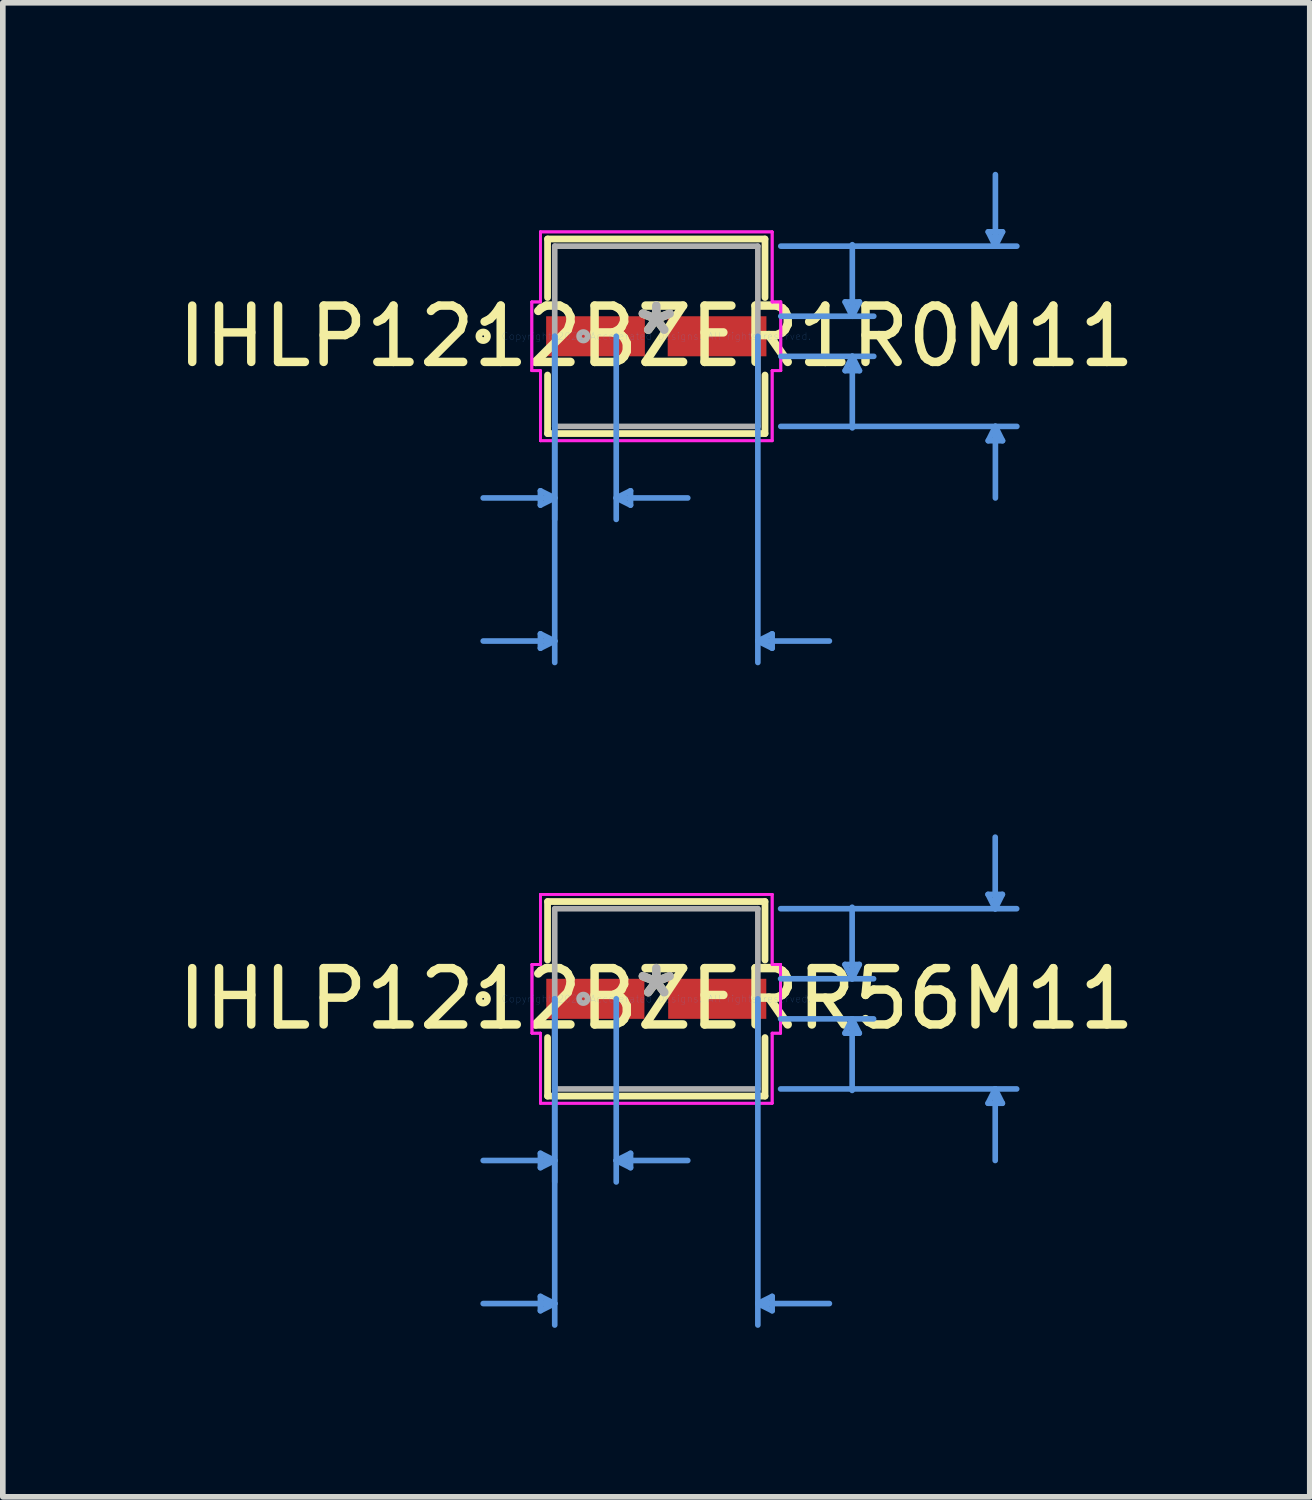
<source format=kicad_pcb>
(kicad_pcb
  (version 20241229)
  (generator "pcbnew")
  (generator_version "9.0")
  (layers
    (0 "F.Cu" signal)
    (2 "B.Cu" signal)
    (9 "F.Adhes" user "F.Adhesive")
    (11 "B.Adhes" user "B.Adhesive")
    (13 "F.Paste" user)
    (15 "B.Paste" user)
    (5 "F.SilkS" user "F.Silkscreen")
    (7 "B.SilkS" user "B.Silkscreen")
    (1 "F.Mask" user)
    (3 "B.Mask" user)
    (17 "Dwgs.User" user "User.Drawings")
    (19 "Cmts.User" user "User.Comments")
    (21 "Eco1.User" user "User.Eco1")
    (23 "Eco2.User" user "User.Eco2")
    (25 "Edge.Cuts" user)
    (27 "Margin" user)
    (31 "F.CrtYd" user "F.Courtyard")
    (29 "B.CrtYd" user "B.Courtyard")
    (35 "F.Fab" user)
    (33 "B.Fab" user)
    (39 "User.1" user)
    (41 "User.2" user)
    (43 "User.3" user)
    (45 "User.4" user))
  (footprint "IHLP1212BZER1R0M11"
    (layer "F.Cu")
    (at 8.601 2.92)
    (property "Reference" "IHLP1212BZER1R0M11" (at 0 0 0) (layer "F.SilkS") (effects (font (size 1 1) (thickness 0.15))))
    (attr through_hole)
    (fp_line (start -1.93 -1.727) (end -1.93 -0.688) (stroke (width 0.12) (type solid)) (layer "F.SilkS"))
    (fp_line (start -1.93 0.688) (end -1.93 1.727) (stroke (width 0.12) (type solid)) (layer "F.SilkS"))
    (fp_line (start -1.93 1.727) (end 1.93 1.727) (stroke (width 0.12) (type solid)) (layer "F.SilkS"))
    (fp_line (start 1.93 -1.727) (end -1.93 -1.727) (stroke (width 0.12) (type solid)) (layer "F.SilkS"))
    (fp_line (start 1.93 -0.688) (end 1.93 -1.727) (stroke (width 0.12) (type solid)) (layer "F.SilkS"))
    (fp_line (start 1.93 1.727) (end 1.93 0.688) (stroke (width 0.12) (type solid)) (layer "F.SilkS"))
    (fp_circle (center -3.073 0) (end -2.997 0) (stroke (width 0.12) (type solid)) (fill no) (layer "F.SilkS"))
    (fp_line (start -2.057 2.743) (end -2.057 2.997) (stroke (width 0.1) (type solid)) (layer "Cmts.User"))
    (fp_line (start -2.057 5.283) (end -2.057 5.537) (stroke (width 0.1) (type solid)) (layer "Cmts.User"))
    (fp_line (start -1.803 0) (end -1.803 3.251) (stroke (width 0.1) (type solid)) (layer "Cmts.User"))
    (fp_line (start -1.803 0) (end -1.803 5.791) (stroke (width 0.1) (type solid)) (layer "Cmts.User"))
    (fp_line (start -1.803 2.87) (end -3.073 2.87) (stroke (width 0.1) (type solid)) (layer "Cmts.User"))
    (fp_line (start -1.803 2.87) (end -2.057 2.743) (stroke (width 0.1) (type solid)) (layer "Cmts.User"))
    (fp_line (start -1.803 2.87) (end -2.057 2.997) (stroke (width 0.1) (type solid)) (layer "Cmts.User"))
    (fp_line (start -1.803 5.41) (end -3.073 5.41) (stroke (width 0.1) (type solid)) (layer "Cmts.User"))
    (fp_line (start -1.803 5.41) (end -2.057 5.283) (stroke (width 0.1) (type solid)) (layer "Cmts.User"))
    (fp_line (start -1.803 5.41) (end -2.057 5.537) (stroke (width 0.1) (type solid)) (layer "Cmts.User"))
    (fp_line (start -0.711 0) (end -0.711 3.251) (stroke (width 0.1) (type solid)) (layer "Cmts.User"))
    (fp_line (start -0.711 2.87) (end -0.457 2.743) (stroke (width 0.1) (type solid)) (layer "Cmts.User"))
    (fp_line (start -0.711 2.87) (end -0.457 2.997) (stroke (width 0.1) (type solid)) (layer "Cmts.User"))
    (fp_line (start -0.711 2.87) (end 0.559 2.87) (stroke (width 0.1) (type solid)) (layer "Cmts.User"))
    (fp_line (start -0.457 2.743) (end -0.457 2.997) (stroke (width 0.1) (type solid)) (layer "Cmts.User"))
    (fp_line (start 1.803 0) (end 1.803 5.791) (stroke (width 0.1) (type solid)) (layer "Cmts.User"))
    (fp_line (start 1.803 5.41) (end 2.057 5.283) (stroke (width 0.1) (type solid)) (layer "Cmts.User"))
    (fp_line (start 1.803 5.41) (end 2.057 5.537) (stroke (width 0.1) (type solid)) (layer "Cmts.User"))
    (fp_line (start 1.803 5.41) (end 3.073 5.41) (stroke (width 0.1) (type solid)) (layer "Cmts.User"))
    (fp_line (start 2.057 5.283) (end 2.057 5.537) (stroke (width 0.1) (type solid)) (layer "Cmts.User"))
    (fp_line (start 2.21 -1.6) (end 6.401 -1.6) (stroke (width 0.1) (type solid)) (layer "Cmts.User"))
    (fp_line (start 2.21 -0.356) (end 3.861 -0.356) (stroke (width 0.1) (type solid)) (layer "Cmts.User"))
    (fp_line (start 2.21 0.356) (end 3.861 0.356) (stroke (width 0.1) (type solid)) (layer "Cmts.User"))
    (fp_line (start 2.21 1.6) (end 6.401 1.6) (stroke (width 0.1) (type solid)) (layer "Cmts.User"))
    (fp_line (start 3.353 -0.61) (end 3.607 -0.61) (stroke (width 0.1) (type solid)) (layer "Cmts.User"))
    (fp_line (start 3.353 0.61) (end 3.607 0.61) (stroke (width 0.1) (type solid)) (layer "Cmts.User"))
    (fp_line (start 3.48 -0.356) (end 3.353 -0.61) (stroke (width 0.1) (type solid)) (layer "Cmts.User"))
    (fp_line (start 3.48 -0.356) (end 3.48 -1.626) (stroke (width 0.1) (type solid)) (layer "Cmts.User"))
    (fp_line (start 3.48 -0.356) (end 3.607 -0.61) (stroke (width 0.1) (type solid)) (layer "Cmts.User"))
    (fp_line (start 3.48 0.356) (end 3.353 0.61) (stroke (width 0.1) (type solid)) (layer "Cmts.User"))
    (fp_line (start 3.48 0.356) (end 3.48 1.626) (stroke (width 0.1) (type solid)) (layer "Cmts.User"))
    (fp_line (start 3.48 0.356) (end 3.607 0.61) (stroke (width 0.1) (type solid)) (layer "Cmts.User"))
    (fp_line (start 5.893 -1.854) (end 6.147 -1.854) (stroke (width 0.1) (type solid)) (layer "Cmts.User"))
    (fp_line (start 5.893 1.854) (end 6.147 1.854) (stroke (width 0.1) (type solid)) (layer "Cmts.User"))
    (fp_line (start 6.02 -1.6) (end 5.893 -1.854) (stroke (width 0.1) (type solid)) (layer "Cmts.User"))
    (fp_line (start 6.02 -1.6) (end 6.02 -2.87) (stroke (width 0.1) (type solid)) (layer "Cmts.User"))
    (fp_line (start 6.02 -1.6) (end 6.147 -1.854) (stroke (width 0.1) (type solid)) (layer "Cmts.User"))
    (fp_line (start 6.02 1.6) (end 5.893 1.854) (stroke (width 0.1) (type solid)) (layer "Cmts.User"))
    (fp_line (start 6.02 1.6) (end 6.02 2.87) (stroke (width 0.1) (type solid)) (layer "Cmts.User"))
    (fp_line (start 6.02 1.6) (end 6.147 1.854) (stroke (width 0.1) (type solid)) (layer "Cmts.User"))
    (fp_line (start -2.21 -0.61) (end -2.057 -0.61) (stroke (width 0.05) (type solid)) (layer "F.CrtYd"))
    (fp_line (start -2.21 -0.61) (end -2.057 -0.61) (stroke (width 0.05) (type solid)) (layer "F.CrtYd"))
    (fp_line (start -2.21 0.61) (end -2.21 -0.61) (stroke (width 0.05) (type solid)) (layer "F.CrtYd"))
    (fp_line (start -2.21 0.61) (end -2.21 -0.61) (stroke (width 0.05) (type solid)) (layer "F.CrtYd"))
    (fp_line (start -2.057 -1.854) (end 2.057 -1.854) (stroke (width 0.05) (type solid)) (layer "F.CrtYd"))
    (fp_line (start -2.057 -1.854) (end 2.057 -1.854) (stroke (width 0.05) (type solid)) (layer "F.CrtYd"))
    (fp_line (start -2.057 -0.61) (end -2.057 -1.854) (stroke (width 0.05) (type solid)) (layer "F.CrtYd"))
    (fp_line (start -2.057 -0.61) (end -2.057 -1.854) (stroke (width 0.05) (type solid)) (layer "F.CrtYd"))
    (fp_line (start -2.057 0.61) (end -2.21 0.61) (stroke (width 0.05) (type solid)) (layer "F.CrtYd"))
    (fp_line (start -2.057 0.61) (end -2.21 0.61) (stroke (width 0.05) (type solid)) (layer "F.CrtYd"))
    (fp_line (start -2.057 1.854) (end -2.057 0.61) (stroke (width 0.05) (type solid)) (layer "F.CrtYd"))
    (fp_line (start -2.057 1.854) (end -2.057 0.61) (stroke (width 0.05) (type solid)) (layer "F.CrtYd"))
    (fp_line (start 2.057 -1.854) (end 2.057 -0.61) (stroke (width 0.05) (type solid)) (layer "F.CrtYd"))
    (fp_line (start 2.057 -1.854) (end 2.057 -0.61) (stroke (width 0.05) (type solid)) (layer "F.CrtYd"))
    (fp_line (start 2.057 -0.61) (end 2.21 -0.61) (stroke (width 0.05) (type solid)) (layer "F.CrtYd"))
    (fp_line (start 2.057 -0.61) (end 2.21 -0.61) (stroke (width 0.05) (type solid)) (layer "F.CrtYd"))
    (fp_line (start 2.057 0.61) (end 2.057 1.854) (stroke (width 0.05) (type solid)) (layer "F.CrtYd"))
    (fp_line (start 2.057 0.61) (end 2.057 1.854) (stroke (width 0.05) (type solid)) (layer "F.CrtYd"))
    (fp_line (start 2.057 1.854) (end -2.057 1.854) (stroke (width 0.05) (type solid)) (layer "F.CrtYd"))
    (fp_line (start 2.057 1.854) (end -2.057 1.854) (stroke (width 0.05) (type solid)) (layer "F.CrtYd"))
    (fp_line (start 2.21 -0.61) (end 2.21 0.61) (stroke (width 0.05) (type solid)) (layer "F.CrtYd"))
    (fp_line (start 2.21 -0.61) (end 2.21 0.61) (stroke (width 0.05) (type solid)) (layer "F.CrtYd"))
    (fp_line (start 2.21 0.61) (end 2.057 0.61) (stroke (width 0.05) (type solid)) (layer "F.CrtYd"))
    (fp_line (start 2.21 0.61) (end 2.057 0.61) (stroke (width 0.05) (type solid)) (layer "F.CrtYd"))
    (fp_line (start -1.803 -1.6) (end -1.803 1.6) (stroke (width 0.1) (type solid)) (layer "F.Fab"))
    (fp_line (start -1.803 1.6) (end 1.803 1.6) (stroke (width 0.1) (type solid)) (layer "F.Fab"))
    (fp_line (start 1.803 -1.6) (end -1.803 -1.6) (stroke (width 0.1) (type solid)) (layer "F.Fab"))
    (fp_line (start 1.803 1.6) (end 1.803 -1.6) (stroke (width 0.1) (type solid)) (layer "F.Fab"))
    (fp_circle (center -1.295 0) (end -1.219 0) (stroke (width 0.1) (type solid)) (fill no) (layer "F.Fab"))
    (fp_text user "*" (at 0 0 0) (layer "F.SilkS") (effects (font (size 1 1) (thickness 0.15))))
    (fp_text user "Copyright 2021 Accelerated Designs. All rights reserved." (at 0 0 0) (layer "Cmts.User") (effects (font (size 0.127 0.127) (thickness 0.002))))
    (fp_text user "*" (at 0 0 0) (layer "F.Fab") (effects (font (size 1 1) (thickness 0.15))))
    (pad "1" smd rect (at -1.079 0 90) (size 0.711 1.753) (layers "F.Cu" "F.Mask" "F.Paste"))
    (pad "2" smd rect (at 1.079 0 90) (size 0.711 1.753) (layers "F.Cu" "F.Mask" "F.Paste")))
  (footprint "IHLP1212BZERR56M11"
    (layer "F.Cu")
    (at 8.601 14.682)
    (property "Reference" "IHLP1212BZERR56M11" (at 0 0 0) (layer "F.SilkS") (effects (font (size 1 1) (thickness 0.15))))
    (attr through_hole)
    (fp_line (start -1.93 -1.727) (end -1.93 -0.688) (stroke (width 0.12) (type solid)) (layer "F.SilkS"))
    (fp_line (start -1.93 0.688) (end -1.93 1.727) (stroke (width 0.12) (type solid)) (layer "F.SilkS"))
    (fp_line (start -1.93 1.727) (end 1.93 1.727) (stroke (width 0.12) (type solid)) (layer "F.SilkS"))
    (fp_line (start 1.93 -1.727) (end -1.93 -1.727) (stroke (width 0.12) (type solid)) (layer "F.SilkS"))
    (fp_line (start 1.93 -0.688) (end 1.93 -1.727) (stroke (width 0.12) (type solid)) (layer "F.SilkS"))
    (fp_line (start 1.93 1.727) (end 1.93 0.688) (stroke (width 0.12) (type solid)) (layer "F.SilkS"))
    (fp_circle (center -3.073 0) (end -2.997 0) (stroke (width 0.12) (type solid)) (fill no) (layer "F.SilkS"))
    (fp_line (start -2.057 2.743) (end -2.057 2.997) (stroke (width 0.1) (type solid)) (layer "Cmts.User"))
    (fp_line (start -2.057 5.283) (end -2.057 5.537) (stroke (width 0.1) (type solid)) (layer "Cmts.User"))
    (fp_line (start -1.803 0) (end -1.803 3.251) (stroke (width 0.1) (type solid)) (layer "Cmts.User"))
    (fp_line (start -1.803 0) (end -1.803 5.791) (stroke (width 0.1) (type solid)) (layer "Cmts.User"))
    (fp_line (start -1.803 2.87) (end -3.073 2.87) (stroke (width 0.1) (type solid)) (layer "Cmts.User"))
    (fp_line (start -1.803 2.87) (end -2.057 2.743) (stroke (width 0.1) (type solid)) (layer "Cmts.User"))
    (fp_line (start -1.803 2.87) (end -2.057 2.997) (stroke (width 0.1) (type solid)) (layer "Cmts.User"))
    (fp_line (start -1.803 5.41) (end -3.073 5.41) (stroke (width 0.1) (type solid)) (layer "Cmts.User"))
    (fp_line (start -1.803 5.41) (end -2.057 5.283) (stroke (width 0.1) (type solid)) (layer "Cmts.User"))
    (fp_line (start -1.803 5.41) (end -2.057 5.537) (stroke (width 0.1) (type solid)) (layer "Cmts.User"))
    (fp_line (start -0.711 0) (end -0.711 3.251) (stroke (width 0.1) (type solid)) (layer "Cmts.User"))
    (fp_line (start -0.711 2.87) (end -0.457 2.743) (stroke (width 0.1) (type solid)) (layer "Cmts.User"))
    (fp_line (start -0.711 2.87) (end -0.457 2.997) (stroke (width 0.1) (type solid)) (layer "Cmts.User"))
    (fp_line (start -0.711 2.87) (end 0.559 2.87) (stroke (width 0.1) (type solid)) (layer "Cmts.User"))
    (fp_line (start -0.457 2.743) (end -0.457 2.997) (stroke (width 0.1) (type solid)) (layer "Cmts.User"))
    (fp_line (start 1.803 0) (end 1.803 5.791) (stroke (width 0.1) (type solid)) (layer "Cmts.User"))
    (fp_line (start 1.803 5.41) (end 2.057 5.283) (stroke (width 0.1) (type solid)) (layer "Cmts.User"))
    (fp_line (start 1.803 5.41) (end 2.057 5.537) (stroke (width 0.1) (type solid)) (layer "Cmts.User"))
    (fp_line (start 1.803 5.41) (end 3.073 5.41) (stroke (width 0.1) (type solid)) (layer "Cmts.User"))
    (fp_line (start 2.057 5.283) (end 2.057 5.537) (stroke (width 0.1) (type solid)) (layer "Cmts.User"))
    (fp_line (start 2.207 -1.6) (end 6.398 -1.6) (stroke (width 0.1) (type solid)) (layer "Cmts.User"))
    (fp_line (start 2.207 -0.356) (end 3.858 -0.356) (stroke (width 0.1) (type solid)) (layer "Cmts.User"))
    (fp_line (start 2.207 0.356) (end 3.858 0.356) (stroke (width 0.1) (type solid)) (layer "Cmts.User"))
    (fp_line (start 2.207 1.6) (end 6.398 1.6) (stroke (width 0.1) (type solid)) (layer "Cmts.User"))
    (fp_line (start 3.35 -0.61) (end 3.604 -0.61) (stroke (width 0.1) (type solid)) (layer "Cmts.User"))
    (fp_line (start 3.35 0.61) (end 3.604 0.61) (stroke (width 0.1) (type solid)) (layer "Cmts.User"))
    (fp_line (start 3.477 -0.356) (end 3.35 -0.61) (stroke (width 0.1) (type solid)) (layer "Cmts.User"))
    (fp_line (start 3.477 -0.356) (end 3.477 -1.626) (stroke (width 0.1) (type solid)) (layer "Cmts.User"))
    (fp_line (start 3.477 -0.356) (end 3.604 -0.61) (stroke (width 0.1) (type solid)) (layer "Cmts.User"))
    (fp_line (start 3.477 0.356) (end 3.35 0.61) (stroke (width 0.1) (type solid)) (layer "Cmts.User"))
    (fp_line (start 3.477 0.356) (end 3.477 1.626) (stroke (width 0.1) (type solid)) (layer "Cmts.User"))
    (fp_line (start 3.477 0.356) (end 3.604 0.61) (stroke (width 0.1) (type solid)) (layer "Cmts.User"))
    (fp_line (start 5.89 -1.854) (end 6.144 -1.854) (stroke (width 0.1) (type solid)) (layer "Cmts.User"))
    (fp_line (start 5.89 1.854) (end 6.144 1.854) (stroke (width 0.1) (type solid)) (layer "Cmts.User"))
    (fp_line (start 6.017 -1.6) (end 5.89 -1.854) (stroke (width 0.1) (type solid)) (layer "Cmts.User"))
    (fp_line (start 6.017 -1.6) (end 6.017 -2.87) (stroke (width 0.1) (type solid)) (layer "Cmts.User"))
    (fp_line (start 6.017 -1.6) (end 6.144 -1.854) (stroke (width 0.1) (type solid)) (layer "Cmts.User"))
    (fp_line (start 6.017 1.6) (end 5.89 1.854) (stroke (width 0.1) (type solid)) (layer "Cmts.User"))
    (fp_line (start 6.017 1.6) (end 6.017 2.87) (stroke (width 0.1) (type solid)) (layer "Cmts.User"))
    (fp_line (start 6.017 1.6) (end 6.144 1.854) (stroke (width 0.1) (type solid)) (layer "Cmts.User"))
    (fp_line (start -2.207 -0.61) (end -2.057 -0.61) (stroke (width 0.05) (type solid)) (layer "F.CrtYd"))
    (fp_line (start -2.207 -0.61) (end -2.057 -0.61) (stroke (width 0.05) (type solid)) (layer "F.CrtYd"))
    (fp_line (start -2.207 0.61) (end -2.207 -0.61) (stroke (width 0.05) (type solid)) (layer "F.CrtYd"))
    (fp_line (start -2.207 0.61) (end -2.207 -0.61) (stroke (width 0.05) (type solid)) (layer "F.CrtYd"))
    (fp_line (start -2.057 -1.854) (end 2.057 -1.854) (stroke (width 0.05) (type solid)) (layer "F.CrtYd"))
    (fp_line (start -2.057 -1.854) (end 2.057 -1.854) (stroke (width 0.05) (type solid)) (layer "F.CrtYd"))
    (fp_line (start -2.057 -0.61) (end -2.057 -1.854) (stroke (width 0.05) (type solid)) (layer "F.CrtYd"))
    (fp_line (start -2.057 -0.61) (end -2.057 -1.854) (stroke (width 0.05) (type solid)) (layer "F.CrtYd"))
    (fp_line (start -2.057 0.61) (end -2.207 0.61) (stroke (width 0.05) (type solid)) (layer "F.CrtYd"))
    (fp_line (start -2.057 0.61) (end -2.207 0.61) (stroke (width 0.05) (type solid)) (layer "F.CrtYd"))
    (fp_line (start -2.057 1.854) (end -2.057 0.61) (stroke (width 0.05) (type solid)) (layer "F.CrtYd"))
    (fp_line (start -2.057 1.854) (end -2.057 0.61) (stroke (width 0.05) (type solid)) (layer "F.CrtYd"))
    (fp_line (start 2.057 -1.854) (end 2.057 -0.61) (stroke (width 0.05) (type solid)) (layer "F.CrtYd"))
    (fp_line (start 2.057 -1.854) (end 2.057 -0.61) (stroke (width 0.05) (type solid)) (layer "F.CrtYd"))
    (fp_line (start 2.057 -0.61) (end 2.207 -0.61) (stroke (width 0.05) (type solid)) (layer "F.CrtYd"))
    (fp_line (start 2.057 -0.61) (end 2.207 -0.61) (stroke (width 0.05) (type solid)) (layer "F.CrtYd"))
    (fp_line (start 2.057 0.61) (end 2.057 1.854) (stroke (width 0.05) (type solid)) (layer "F.CrtYd"))
    (fp_line (start 2.057 0.61) (end 2.057 1.854) (stroke (width 0.05) (type solid)) (layer "F.CrtYd"))
    (fp_line (start 2.057 1.854) (end -2.057 1.854) (stroke (width 0.05) (type solid)) (layer "F.CrtYd"))
    (fp_line (start 2.057 1.854) (end -2.057 1.854) (stroke (width 0.05) (type solid)) (layer "F.CrtYd"))
    (fp_line (start 2.207 -0.61) (end 2.207 0.61) (stroke (width 0.05) (type solid)) (layer "F.CrtYd"))
    (fp_line (start 2.207 -0.61) (end 2.207 0.61) (stroke (width 0.05) (type solid)) (layer "F.CrtYd"))
    (fp_line (start 2.207 0.61) (end 2.057 0.61) (stroke (width 0.05) (type solid)) (layer "F.CrtYd"))
    (fp_line (start 2.207 0.61) (end 2.057 0.61) (stroke (width 0.05) (type solid)) (layer "F.CrtYd"))
    (fp_line (start -1.803 -1.6) (end -1.803 1.6) (stroke (width 0.1) (type solid)) (layer "F.Fab"))
    (fp_line (start -1.803 1.6) (end 1.803 1.6) (stroke (width 0.1) (type solid)) (layer "F.Fab"))
    (fp_line (start 1.803 -1.6) (end -1.803 -1.6) (stroke (width 0.1) (type solid)) (layer "F.Fab"))
    (fp_line (start 1.803 1.6) (end 1.803 -1.6) (stroke (width 0.1) (type solid)) (layer "F.Fab"))
    (fp_circle (center -1.295 0) (end -1.219 0) (stroke (width 0.1) (type solid)) (fill no) (layer "F.Fab"))
    (fp_text user "*" (at 0 0 0) (layer "F.SilkS") (effects (font (size 1 1) (thickness 0.15))))
    (fp_text user "Copyright 2021 Accelerated Designs. All rights reserved." (at 0 0 0) (layer "Cmts.User") (effects (font (size 0.127 0.127) (thickness 0.002))))
    (fp_text user "*" (at 0 0 0) (layer "F.Fab") (effects (font (size 1 1) (thickness 0.15))))
    (pad "1" smd rect (at -1.082 0 90) (size 0.711 1.742) (layers "F.Cu" "F.Mask" "F.Paste"))
    (pad "2" smd rect (at 1.082 0 90) (size 0.711 1.742) (layers "F.Cu" "F.Mask" "F.Paste")))
  (gr_rect
    (start -3 -3)
    (end 20.202 23.523)
    (stroke (width 0.1) (type default))
    (fill no)
    (layer "Edge.Cuts")))
</source>
